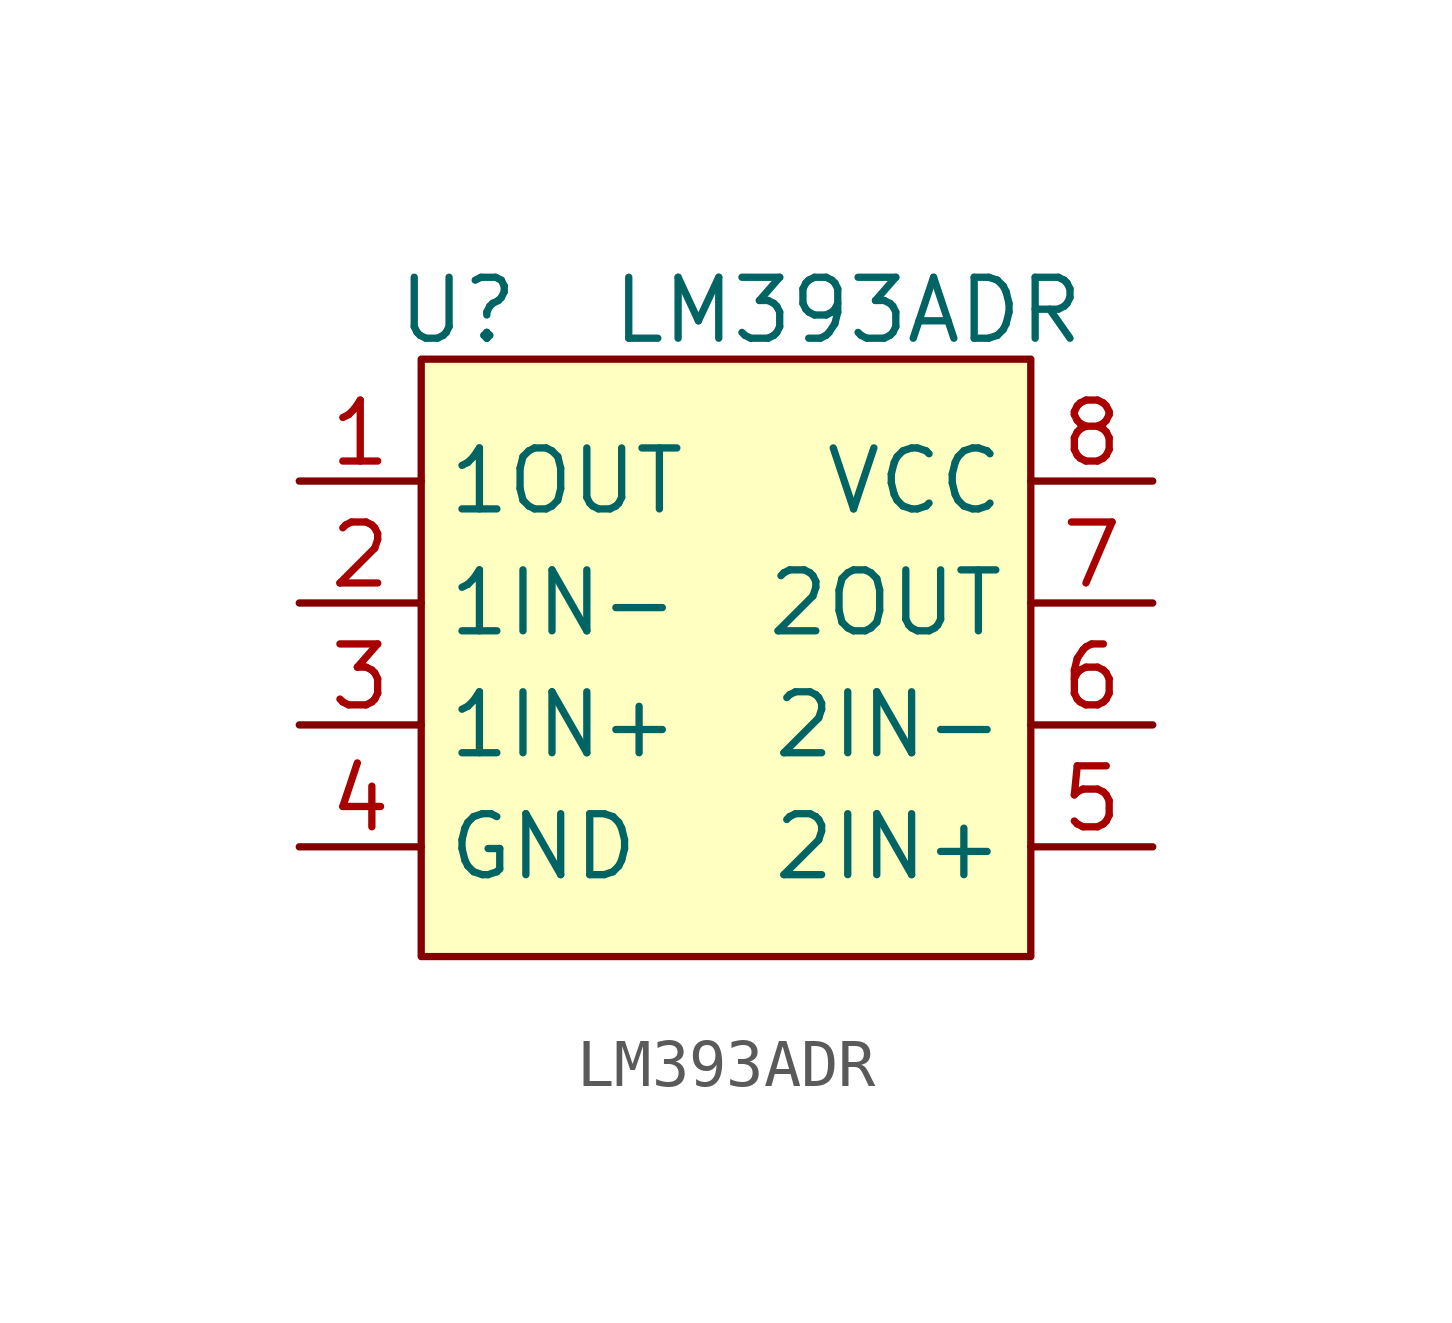
<source format=kicad_sym>
(kicad_symbol_lib
  (version 20211014)
  (generator kicad_symbol_editor)
  (symbol "LM393ADR"
    (property "Reference" "U"
      (at -5.588 8.636 0)
      (effects (font (size 1.27 1.27))))
    (property "Value" "LM393ADR"
      (at 2.54 8.636 0)
      (effects (font (size 1.27 1.27))))
    (symbol "LM393ADR_0_1"
      (rectangle (start -6.35 7.62) (end 6.35 -4.826) (stroke (width 0) (type default) (color 0 0 0 0)) (fill (type background))))
    (symbol "LM393ADR_1_1"
      (pin output line (at -8.89 5.08 0) (length 2.54) (name "1OUT" (effects (font (size 1.27 1.27)))) (number "1" (effects (font (size 1.27 1.27)))))
      (pin input line (at -8.89 2.54 0) (length 2.54) (name "1IN-" (effects (font (size 1.27 1.27)))) (number "2" (effects (font (size 1.27 1.27)))))
      (pin input line (at -8.89 0 0) (length 2.54) (name "1IN+" (effects (font (size 1.27 1.27)))) (number "3" (effects (font (size 1.27 1.27)))))
      (pin power_in line (at -8.89 -2.54 0) (length 2.54) (name "GND" (effects (font (size 1.27 1.27)))) (number "4" (effects (font (size 1.27 1.27)))))
      (pin input line (at 8.89 -2.54 180) (length 2.54) (name "2IN+" (effects (font (size 1.27 1.27)))) (number "5" (effects (font (size 1.27 1.27)))))
      (pin input line (at 8.89 0 180) (length 2.54) (name "2IN-" (effects (font (size 1.27 1.27)))) (number "6" (effects (font (size 1.27 1.27)))))
      (pin output line (at 8.89 2.54 180) (length 2.54) (name "2OUT" (effects (font (size 1.27 1.27)))) (number "7" (effects (font (size 1.27 1.27)))))
      (pin power_in line (at 8.89 5.08 180) (length 2.54) (name "VCC" (effects (font (size 1.27 1.27)))) (number "8" (effects (font (size 1.27 1.27))))))))
</source>
